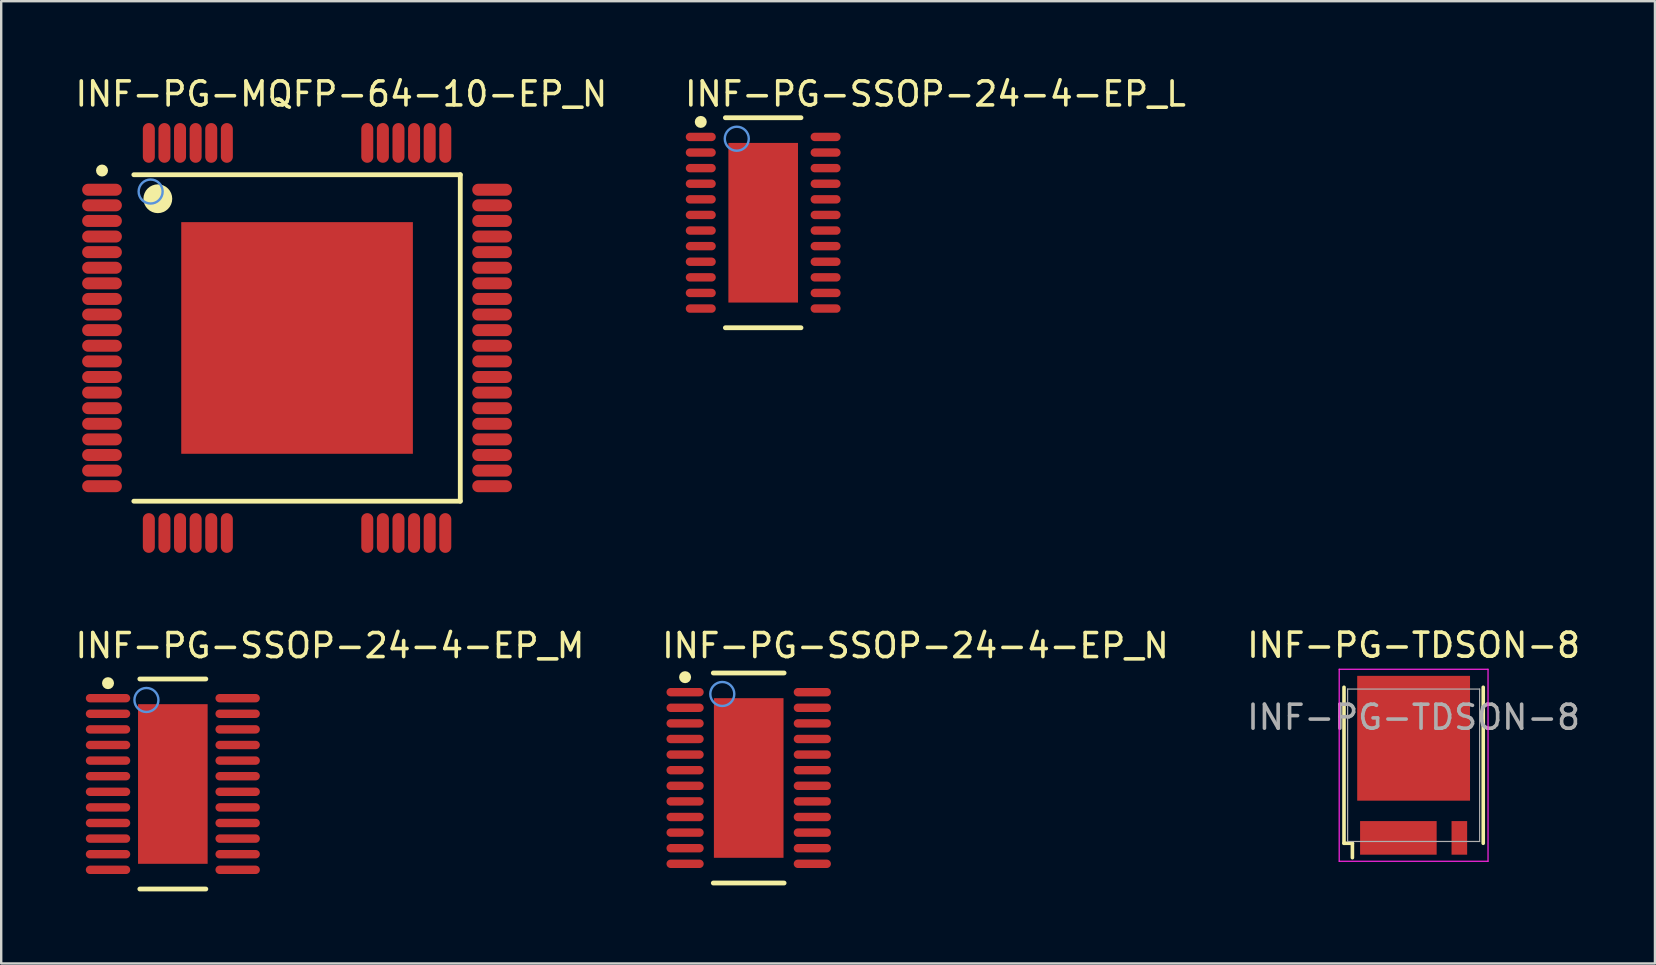
<source format=kicad_pcb>
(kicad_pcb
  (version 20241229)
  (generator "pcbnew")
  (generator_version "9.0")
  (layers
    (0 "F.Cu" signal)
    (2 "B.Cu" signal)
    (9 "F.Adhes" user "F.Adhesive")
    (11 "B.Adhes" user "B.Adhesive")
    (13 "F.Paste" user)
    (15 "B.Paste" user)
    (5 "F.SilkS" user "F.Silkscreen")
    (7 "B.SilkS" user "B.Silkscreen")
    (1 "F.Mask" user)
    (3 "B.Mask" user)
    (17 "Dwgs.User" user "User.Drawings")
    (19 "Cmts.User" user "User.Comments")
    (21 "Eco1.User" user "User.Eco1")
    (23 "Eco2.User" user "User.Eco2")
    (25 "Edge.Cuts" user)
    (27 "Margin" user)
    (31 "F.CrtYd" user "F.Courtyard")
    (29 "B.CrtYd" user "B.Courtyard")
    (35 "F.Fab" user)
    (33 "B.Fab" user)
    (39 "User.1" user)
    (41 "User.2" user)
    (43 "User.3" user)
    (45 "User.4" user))
  (footprint "INF-PG-SSOP-24-4-EP_L"
    (layer "F.Cu")
    (at 28.743 6.229)
    (property "Reference" "INF-PG-SSOP-24-4-EP_L" (at -3.35 -4.779 0) (layer "F.SilkS") (effects (font (size 1 1) (thickness 0.15)) (justify left bottom)))
    (attr through_hole)
    (fp_line (start -1.575 -4.375) (end 1.575 -4.375) (stroke (width 0.2) (type solid)) (layer "F.SilkS"))
    (fp_line (start -1.575 4.375) (end 1.575 4.375) (stroke (width 0.2) (type solid)) (layer "F.SilkS"))
    (fp_circle (center -2.6 -4.2) (end -2.475 -4.2) (stroke (width 0.25) (type solid)) (fill no) (layer "F.SilkS"))
    (fp_circle (center -1.1 -3.5) (end -0.6 -3.5) (stroke (width 0.1) (type solid)) (fill no) (layer "Cmts.User"))
    (pad "1" smd oval (at -2.6 -3.575 90) (size 0.35 1.25) (layers "F.Cu" "F.Mask" "F.Paste"))
    (pad "2" smd oval (at -2.6 -2.925 90) (size 0.35 1.25) (layers "F.Cu" "F.Mask" "F.Paste"))
    (pad "3" smd oval (at -2.6 -2.275 90) (size 0.35 1.25) (layers "F.Cu" "F.Mask" "F.Paste"))
    (pad "4" smd oval (at -2.6 -1.625 90) (size 0.35 1.25) (layers "F.Cu" "F.Mask" "F.Paste"))
    (pad "5" smd oval (at -2.6 -0.975 90) (size 0.35 1.25) (layers "F.Cu" "F.Mask" "F.Paste"))
    (pad "6" smd oval (at -2.6 -0.325 90) (size 0.35 1.25) (layers "F.Cu" "F.Mask" "F.Paste"))
    (pad "7" smd oval (at -2.6 0.325 90) (size 0.35 1.25) (layers "F.Cu" "F.Mask" "F.Paste"))
    (pad "8" smd oval (at -2.6 0.975 90) (size 0.35 1.25) (layers "F.Cu" "F.Mask" "F.Paste"))
    (pad "9" smd oval (at -2.6 1.625 90) (size 0.35 1.25) (layers "F.Cu" "F.Mask" "F.Paste"))
    (pad "10" smd oval (at -2.6 2.275 90) (size 0.35 1.25) (layers "F.Cu" "F.Mask" "F.Paste"))
    (pad "11" smd oval (at -2.6 2.925 90) (size 0.35 1.25) (layers "F.Cu" "F.Mask" "F.Paste"))
    (pad "12" smd oval (at -2.6 3.575 90) (size 0.35 1.25) (layers "F.Cu" "F.Mask" "F.Paste"))
    (pad "13" smd oval (at 2.6 3.575 90) (size 0.35 1.25) (layers "F.Cu" "F.Mask" "F.Paste"))
    (pad "14" smd oval (at 2.6 2.925 90) (size 0.35 1.25) (layers "F.Cu" "F.Mask" "F.Paste"))
    (pad "15" smd oval (at 2.6 2.275 90) (size 0.35 1.25) (layers "F.Cu" "F.Mask" "F.Paste"))
    (pad "16" smd oval (at 2.6 1.625 90) (size 0.35 1.25) (layers "F.Cu" "F.Mask" "F.Paste"))
    (pad "17" smd oval (at 2.6 0.975 90) (size 0.35 1.25) (layers "F.Cu" "F.Mask" "F.Paste"))
    (pad "18" smd oval (at 2.6 0.325 90) (size 0.35 1.25) (layers "F.Cu" "F.Mask" "F.Paste"))
    (pad "19" smd oval (at 2.6 -0.325 90) (size 0.35 1.25) (layers "F.Cu" "F.Mask" "F.Paste"))
    (pad "20" smd oval (at 2.6 -0.975 90) (size 0.35 1.25) (layers "F.Cu" "F.Mask" "F.Paste"))
    (pad "21" smd oval (at 2.6 -1.625 90) (size 0.35 1.25) (layers "F.Cu" "F.Mask" "F.Paste"))
    (pad "22" smd oval (at 2.6 -2.275 90) (size 0.35 1.25) (layers "F.Cu" "F.Mask" "F.Paste"))
    (pad "23" smd oval (at 2.6 -2.925 90) (size 0.35 1.25) (layers "F.Cu" "F.Mask" "F.Paste"))
    (pad "24" smd oval (at 2.6 -3.575 90) (size 0.35 1.25) (layers "F.Cu" "F.Mask" "F.Paste"))
    (pad "25" smd rect (at 0 0) (size 2.9 6.65) (layers "F.Cu" "F.Mask" "F.Paste")))
  (footprint "INF-PG-TDSON-8"
    (layer "F.Cu")
    (at 55.839 28.83)
    (property "Reference" "INF-PG-TDSON-8" (at 0 -5 0) (layer "F.SilkS") (effects (font (size 1 1) (thickness 0.15))))
    (attr through_hole)
    (fp_line (start -2.9 -3.25) (end -2.9 3.25) (stroke (width 0.15) (type solid)) (layer "F.SilkS"))
    (fp_line (start -2.9 3.25) (end -2.55 3.25) (stroke (width 0.15) (type solid)) (layer "F.SilkS"))
    (fp_line (start -2.55 3.25) (end -2.55 3.85) (stroke (width 0.15) (type solid)) (layer "F.SilkS"))
    (fp_line (start 2.9 3.25) (end 2.9 -3.25) (stroke (width 0.15) (type solid)) (layer "F.SilkS"))
    (fp_line (start -3.1 -4) (end -3.1 4) (stroke (width 0.05) (type solid)) (layer "F.CrtYd"))
    (fp_line (start -3.1 4) (end 3.1 4) (stroke (width 0.05) (type solid)) (layer "F.CrtYd"))
    (fp_line (start 3.1 -4) (end -3.1 -4) (stroke (width 0.05) (type solid)) (layer "F.CrtYd"))
    (fp_line (start 3.1 4) (end 3.1 -4) (stroke (width 0.05) (type solid)) (layer "F.CrtYd"))
    (fp_line (start -2.75 -3.175) (end -2.75 3.175) (stroke (width 0.05) (type solid)) (layer "F.Fab"))
    (fp_line (start -2.75 -3.175) (end 2.75 -3.175) (stroke (width 0.05) (type solid)) (layer "F.Fab"))
    (fp_line (start -2.75 3.175) (end 2.75 3.175) (stroke (width 0.05) (type solid)) (layer "F.Fab"))
    (fp_line (start 2.75 3.175) (end 2.75 -3.175) (stroke (width 0.05) (type solid)) (layer "F.Fab"))
    (fp_text user "${REFERENCE}" (at 0 -2 0) (layer "F.Fab") (effects (font (size 1 1) (thickness 0.15))))
    (pad "1" smd rect (at 1.905 3.025) (size 0.65 1.4) (layers "F.Cu" "F.Mask" "F.Paste"))
    (pad "2" smd rect (at -0.635 3.025) (size 3.19 1.4) (layers "F.Cu" "F.Mask" "F.Paste"))
    (pad "3" smd rect (at 0 -1.125) (size 4.7 5.2) (layers "F.Cu" "F.Mask" "F.Paste")))
  (footprint "INF-PG-SSOP-24-4-EP_M"
    (layer "F.Cu")
    (at 4.15 29.61)
    (property "Reference" "INF-PG-SSOP-24-4-EP_M" (at -4.15 -5.179 0) (layer "F.SilkS") (effects (font (size 1 1) (thickness 0.15)) (justify left bottom)))
    (attr through_hole)
    (fp_line (start -1.375 -4.375) (end 1.375 -4.375) (stroke (width 0.2) (type solid)) (layer "F.SilkS"))
    (fp_line (start -1.375 4.375) (end 1.375 4.375) (stroke (width 0.2) (type solid)) (layer "F.SilkS"))
    (fp_circle (center -2.7 -4.2) (end -2.575 -4.2) (stroke (width 0.25) (type solid)) (fill no) (layer "F.SilkS"))
    (fp_circle (center -1.1 -3.5) (end -0.6 -3.5) (stroke (width 0.1) (type solid)) (fill no) (layer "Cmts.User"))
    (pad "1" smd oval (at -2.7 -3.575 90) (size 0.35 1.85) (layers "F.Cu" "F.Mask" "F.Paste"))
    (pad "2" smd oval (at -2.7 -2.925 90) (size 0.35 1.85) (layers "F.Cu" "F.Mask" "F.Paste"))
    (pad "3" smd oval (at -2.7 -2.275 90) (size 0.35 1.85) (layers "F.Cu" "F.Mask" "F.Paste"))
    (pad "4" smd oval (at -2.7 -1.625 90) (size 0.35 1.85) (layers "F.Cu" "F.Mask" "F.Paste"))
    (pad "5" smd oval (at -2.7 -0.975 90) (size 0.35 1.85) (layers "F.Cu" "F.Mask" "F.Paste"))
    (pad "6" smd oval (at -2.7 -0.325 90) (size 0.35 1.85) (layers "F.Cu" "F.Mask" "F.Paste"))
    (pad "7" smd oval (at -2.7 0.325 90) (size 0.35 1.85) (layers "F.Cu" "F.Mask" "F.Paste"))
    (pad "8" smd oval (at -2.7 0.975 90) (size 0.35 1.85) (layers "F.Cu" "F.Mask" "F.Paste"))
    (pad "9" smd oval (at -2.7 1.625 90) (size 0.35 1.85) (layers "F.Cu" "F.Mask" "F.Paste"))
    (pad "10" smd oval (at -2.7 2.275 90) (size 0.35 1.85) (layers "F.Cu" "F.Mask" "F.Paste"))
    (pad "11" smd oval (at -2.7 2.925 90) (size 0.35 1.85) (layers "F.Cu" "F.Mask" "F.Paste"))
    (pad "12" smd oval (at -2.7 3.575 90) (size 0.35 1.85) (layers "F.Cu" "F.Mask" "F.Paste"))
    (pad "13" smd oval (at 2.7 3.575 90) (size 0.35 1.85) (layers "F.Cu" "F.Mask" "F.Paste"))
    (pad "14" smd oval (at 2.7 2.925 90) (size 0.35 1.85) (layers "F.Cu" "F.Mask" "F.Paste"))
    (pad "15" smd oval (at 2.7 2.275 90) (size 0.35 1.85) (layers "F.Cu" "F.Mask" "F.Paste"))
    (pad "16" smd oval (at 2.7 1.625 90) (size 0.35 1.85) (layers "F.Cu" "F.Mask" "F.Paste"))
    (pad "17" smd oval (at 2.7 0.975 90) (size 0.35 1.85) (layers "F.Cu" "F.Mask" "F.Paste"))
    (pad "18" smd oval (at 2.7 0.325 90) (size 0.35 1.85) (layers "F.Cu" "F.Mask" "F.Paste"))
    (pad "19" smd oval (at 2.7 -0.325 90) (size 0.35 1.85) (layers "F.Cu" "F.Mask" "F.Paste"))
    (pad "20" smd oval (at 2.7 -0.975 90) (size 0.35 1.85) (layers "F.Cu" "F.Mask" "F.Paste"))
    (pad "21" smd oval (at 2.7 -1.625 90) (size 0.35 1.85) (layers "F.Cu" "F.Mask" "F.Paste"))
    (pad "22" smd oval (at 2.7 -2.275 90) (size 0.35 1.85) (layers "F.Cu" "F.Mask" "F.Paste"))
    (pad "23" smd oval (at 2.7 -2.925 90) (size 0.35 1.85) (layers "F.Cu" "F.Mask" "F.Paste"))
    (pad "24" smd oval (at 2.7 -3.575 90) (size 0.35 1.85) (layers "F.Cu" "F.Mask" "F.Paste"))
    (pad "25" smd rect (at 0 0) (size 2.9 6.65) (layers "F.Cu" "F.Mask" "F.Paste")))
  (footprint "INF-PG-MQFP-64-10-EP_N"
    (layer "F.Cu")
    (at 9.325 11.029)
    (property "Reference" "INF-PG-MQFP-64-10-EP_N" (at -9.325 -9.579 0) (layer "F.SilkS") (effects (font (size 1 1) (thickness 0.15)) (justify left bottom)))
    (attr through_hole)
    (fp_line (start -6.8 -6.8) (end 6.8 -6.8) (stroke (width 0.2) (type solid)) (layer "F.SilkS"))
    (fp_line (start -6.8 6.8) (end 6.8 6.8) (stroke (width 0.2) (type solid)) (layer "F.SilkS"))
    (fp_line (start 6.8 6.8) (end 6.8 -6.8) (stroke (width 0.2) (type solid)) (layer "F.SilkS"))
    (fp_circle (center -8.125 -6.975) (end -8 -6.975) (stroke (width 0.25) (type solid)) (fill no) (layer "F.SilkS"))
    (fp_circle (center -5.8 -5.8) (end -5.5 -5.8) (stroke (width 0.6) (type solid)) (fill no) (layer "F.SilkS"))
    (fp_circle (center -6.1 -6.1) (end -5.6 -6.1) (stroke (width 0.1) (type solid)) (fill no) (layer "Cmts.User"))
    (pad "1" smd oval (at -8.125 -6.175 90) (size 0.5 1.655) (layers "F.Cu" "F.Mask" "F.Paste"))
    (pad "2" smd oval (at -8.125 -5.525 90) (size 0.5 1.655) (layers "F.Cu" "F.Mask" "F.Paste"))
    (pad "3" smd oval (at -8.125 -4.875 90) (size 0.5 1.655) (layers "F.Cu" "F.Mask" "F.Paste"))
    (pad "4" smd oval (at -8.125 -4.225 90) (size 0.5 1.655) (layers "F.Cu" "F.Mask" "F.Paste"))
    (pad "5" smd oval (at -8.125 -3.575 90) (size 0.5 1.655) (layers "F.Cu" "F.Mask" "F.Paste"))
    (pad "6" smd oval (at -8.125 -2.925 90) (size 0.5 1.655) (layers "F.Cu" "F.Mask" "F.Paste"))
    (pad "7" smd oval (at -8.125 -2.275 90) (size 0.5 1.655) (layers "F.Cu" "F.Mask" "F.Paste"))
    (pad "8" smd oval (at -8.125 -1.625 90) (size 0.5 1.655) (layers "F.Cu" "F.Mask" "F.Paste"))
    (pad "9" smd oval (at -8.125 -0.975 90) (size 0.5 1.655) (layers "F.Cu" "F.Mask" "F.Paste"))
    (pad "10" smd oval (at -8.125 -0.325 90) (size 0.5 1.655) (layers "F.Cu" "F.Mask" "F.Paste"))
    (pad "11" smd oval (at -8.125 0.325 90) (size 0.5 1.655) (layers "F.Cu" "F.Mask" "F.Paste"))
    (pad "12" smd oval (at -8.125 0.975 90) (size 0.5 1.655) (layers "F.Cu" "F.Mask" "F.Paste"))
    (pad "13" smd oval (at -8.125 1.625 90) (size 0.5 1.655) (layers "F.Cu" "F.Mask" "F.Paste"))
    (pad "14" smd oval (at -8.125 2.275 90) (size 0.5 1.655) (layers "F.Cu" "F.Mask" "F.Paste"))
    (pad "15" smd oval (at -8.125 2.925 90) (size 0.5 1.655) (layers "F.Cu" "F.Mask" "F.Paste"))
    (pad "16" smd oval (at -8.125 3.575 90) (size 0.5 1.655) (layers "F.Cu" "F.Mask" "F.Paste"))
    (pad "17" smd oval (at -8.125 4.225 90) (size 0.5 1.655) (layers "F.Cu" "F.Mask" "F.Paste"))
    (pad "18" smd oval (at -8.125 4.875 90) (size 0.5 1.655) (layers "F.Cu" "F.Mask" "F.Paste"))
    (pad "19" smd oval (at -8.125 5.525 90) (size 0.5 1.655) (layers "F.Cu" "F.Mask" "F.Paste"))
    (pad "20" smd oval (at -8.125 6.175 90) (size 0.5 1.655) (layers "F.Cu" "F.Mask" "F.Paste"))
    (pad "21" smd oval (at -6.175 8.125) (size 0.5 1.655) (layers "F.Cu" "F.Mask" "F.Paste"))
    (pad "22" smd oval (at -5.525 8.125) (size 0.5 1.655) (layers "F.Cu" "F.Mask" "F.Paste"))
    (pad "23" smd oval (at -4.875 8.125) (size 0.5 1.655) (layers "F.Cu" "F.Mask" "F.Paste"))
    (pad "24" smd oval (at -4.225 8.125) (size 0.5 1.655) (layers "F.Cu" "F.Mask" "F.Paste"))
    (pad "25" smd oval (at -3.575 8.125) (size 0.5 1.655) (layers "F.Cu" "F.Mask" "F.Paste"))
    (pad "26" smd oval (at -2.925 8.125) (size 0.5 1.655) (layers "F.Cu" "F.Mask" "F.Paste"))
    (pad "27" smd oval (at 2.925 8.125) (size 0.5 1.655) (layers "F.Cu" "F.Mask" "F.Paste"))
    (pad "28" smd oval (at 3.575 8.125) (size 0.5 1.655) (layers "F.Cu" "F.Mask" "F.Paste"))
    (pad "29" smd oval (at 4.225 8.125) (size 0.5 1.655) (layers "F.Cu" "F.Mask" "F.Paste"))
    (pad "30" smd oval (at 4.875 8.125) (size 0.5 1.655) (layers "F.Cu" "F.Mask" "F.Paste"))
    (pad "31" smd oval (at 5.525 8.125) (size 0.5 1.655) (layers "F.Cu" "F.Mask" "F.Paste"))
    (pad "32" smd oval (at 6.175 8.125) (size 0.5 1.655) (layers "F.Cu" "F.Mask" "F.Paste"))
    (pad "33" smd oval (at 8.125 6.175 90) (size 0.5 1.655) (layers "F.Cu" "F.Mask" "F.Paste"))
    (pad "34" smd oval (at 8.125 5.525 90) (size 0.5 1.655) (layers "F.Cu" "F.Mask" "F.Paste"))
    (pad "35" smd oval (at 8.125 4.875 90) (size 0.5 1.655) (layers "F.Cu" "F.Mask" "F.Paste"))
    (pad "36" smd oval (at 8.125 4.225 90) (size 0.5 1.655) (layers "F.Cu" "F.Mask" "F.Paste"))
    (pad "37" smd oval (at 8.125 3.575 90) (size 0.5 1.655) (layers "F.Cu" "F.Mask" "F.Paste"))
    (pad "38" smd oval (at 8.125 2.925 90) (size 0.5 1.655) (layers "F.Cu" "F.Mask" "F.Paste"))
    (pad "39" smd oval (at 8.125 2.275 90) (size 0.5 1.655) (layers "F.Cu" "F.Mask" "F.Paste"))
    (pad "40" smd oval (at 8.125 1.625 90) (size 0.5 1.655) (layers "F.Cu" "F.Mask" "F.Paste"))
    (pad "41" smd oval (at 8.125 0.975 90) (size 0.5 1.655) (layers "F.Cu" "F.Mask" "F.Paste"))
    (pad "42" smd oval (at 8.125 0.325 90) (size 0.5 1.655) (layers "F.Cu" "F.Mask" "F.Paste"))
    (pad "43" smd oval (at 8.125 -0.325 90) (size 0.5 1.655) (layers "F.Cu" "F.Mask" "F.Paste"))
    (pad "44" smd oval (at 8.125 -0.975 90) (size 0.5 1.655) (layers "F.Cu" "F.Mask" "F.Paste"))
    (pad "45" smd oval (at 8.125 -1.625 90) (size 0.5 1.655) (layers "F.Cu" "F.Mask" "F.Paste"))
    (pad "46" smd oval (at 8.125 -2.275 90) (size 0.5 1.655) (layers "F.Cu" "F.Mask" "F.Paste"))
    (pad "47" smd oval (at 8.125 -2.925 90) (size 0.5 1.655) (layers "F.Cu" "F.Mask" "F.Paste"))
    (pad "48" smd oval (at 8.125 -3.575 90) (size 0.5 1.655) (layers "F.Cu" "F.Mask" "F.Paste"))
    (pad "49" smd oval (at 8.125 -4.225 90) (size 0.5 1.655) (layers "F.Cu" "F.Mask" "F.Paste"))
    (pad "50" smd oval (at 8.125 -4.875 90) (size 0.5 1.655) (layers "F.Cu" "F.Mask" "F.Paste"))
    (pad "51" smd oval (at 8.125 -5.525 90) (size 0.5 1.655) (layers "F.Cu" "F.Mask" "F.Paste"))
    (pad "52" smd oval (at 8.125 -6.175 90) (size 0.5 1.655) (layers "F.Cu" "F.Mask" "F.Paste"))
    (pad "53" smd oval (at 6.175 -8.125) (size 0.5 1.655) (layers "F.Cu" "F.Mask" "F.Paste"))
    (pad "54" smd oval (at 5.525 -8.125) (size 0.5 1.655) (layers "F.Cu" "F.Mask" "F.Paste"))
    (pad "55" smd oval (at 4.875 -8.125) (size 0.5 1.655) (layers "F.Cu" "F.Mask" "F.Paste"))
    (pad "56" smd oval (at 4.225 -8.125) (size 0.5 1.655) (layers "F.Cu" "F.Mask" "F.Paste"))
    (pad "57" smd oval (at 3.575 -8.125) (size 0.5 1.655) (layers "F.Cu" "F.Mask" "F.Paste"))
    (pad "58" smd oval (at 2.925 -8.125) (size 0.5 1.655) (layers "F.Cu" "F.Mask" "F.Paste"))
    (pad "59" smd oval (at -2.925 -8.125) (size 0.5 1.655) (layers "F.Cu" "F.Mask" "F.Paste"))
    (pad "60" smd oval (at -3.575 -8.125) (size 0.5 1.655) (layers "F.Cu" "F.Mask" "F.Paste"))
    (pad "61" smd oval (at -4.225 -8.125) (size 0.5 1.655) (layers "F.Cu" "F.Mask" "F.Paste"))
    (pad "62" smd oval (at -4.875 -8.125) (size 0.5 1.655) (layers "F.Cu" "F.Mask" "F.Paste"))
    (pad "63" smd oval (at -5.525 -8.125) (size 0.5 1.655) (layers "F.Cu" "F.Mask" "F.Paste"))
    (pad "64" smd oval (at -6.175 -8.125) (size 0.5 1.655) (layers "F.Cu" "F.Mask" "F.Paste"))
    (pad "65" smd rect (at 0 0) (size 9.65 9.65) (layers "F.Cu" "F.Mask" "F.Paste")))
  (footprint "INF-PG-SSOP-24-4-EP_N"
    (layer "F.Cu")
    (at 28.14 29.36)
    (property "Reference" "INF-PG-SSOP-24-4-EP_N" (at -3.7 -4.929 0) (layer "F.SilkS") (effects (font (size 1 1) (thickness 0.15)) (justify left bottom)))
    (attr through_hole)
    (fp_line (start -1.475 -4.375) (end 1.475 -4.375) (stroke (width 0.2) (type solid)) (layer "F.SilkS"))
    (fp_line (start -1.475 4.375) (end 1.475 4.375) (stroke (width 0.2) (type solid)) (layer "F.SilkS"))
    (fp_circle (center -2.65 -4.2) (end -2.525 -4.2) (stroke (width 0.25) (type solid)) (fill no) (layer "F.SilkS"))
    (fp_circle (center -1.1 -3.5) (end -0.6 -3.5) (stroke (width 0.1) (type solid)) (fill no) (layer "Cmts.User"))
    (pad "1" smd oval (at -2.65 -3.575 90) (size 0.35 1.55) (layers "F.Cu" "F.Mask" "F.Paste"))
    (pad "2" smd oval (at -2.65 -2.925 90) (size 0.35 1.55) (layers "F.Cu" "F.Mask" "F.Paste"))
    (pad "3" smd oval (at -2.65 -2.275 90) (size 0.35 1.55) (layers "F.Cu" "F.Mask" "F.Paste"))
    (pad "4" smd oval (at -2.65 -1.625 90) (size 0.35 1.55) (layers "F.Cu" "F.Mask" "F.Paste"))
    (pad "5" smd oval (at -2.65 -0.975 90) (size 0.35 1.55) (layers "F.Cu" "F.Mask" "F.Paste"))
    (pad "6" smd oval (at -2.65 -0.325 90) (size 0.35 1.55) (layers "F.Cu" "F.Mask" "F.Paste"))
    (pad "7" smd oval (at -2.65 0.325 90) (size 0.35 1.55) (layers "F.Cu" "F.Mask" "F.Paste"))
    (pad "8" smd oval (at -2.65 0.975 90) (size 0.35 1.55) (layers "F.Cu" "F.Mask" "F.Paste"))
    (pad "9" smd oval (at -2.65 1.625 90) (size 0.35 1.55) (layers "F.Cu" "F.Mask" "F.Paste"))
    (pad "10" smd oval (at -2.65 2.275 90) (size 0.35 1.55) (layers "F.Cu" "F.Mask" "F.Paste"))
    (pad "11" smd oval (at -2.65 2.925 90) (size 0.35 1.55) (layers "F.Cu" "F.Mask" "F.Paste"))
    (pad "12" smd oval (at -2.65 3.575 90) (size 0.35 1.55) (layers "F.Cu" "F.Mask" "F.Paste"))
    (pad "13" smd oval (at 2.65 3.575 90) (size 0.35 1.55) (layers "F.Cu" "F.Mask" "F.Paste"))
    (pad "14" smd oval (at 2.65 2.925 90) (size 0.35 1.55) (layers "F.Cu" "F.Mask" "F.Paste"))
    (pad "15" smd oval (at 2.65 2.275 90) (size 0.35 1.55) (layers "F.Cu" "F.Mask" "F.Paste"))
    (pad "16" smd oval (at 2.65 1.625 90) (size 0.35 1.55) (layers "F.Cu" "F.Mask" "F.Paste"))
    (pad "17" smd oval (at 2.65 0.975 90) (size 0.35 1.55) (layers "F.Cu" "F.Mask" "F.Paste"))
    (pad "18" smd oval (at 2.65 0.325 90) (size 0.35 1.55) (layers "F.Cu" "F.Mask" "F.Paste"))
    (pad "19" smd oval (at 2.65 -0.325 90) (size 0.35 1.55) (layers "F.Cu" "F.Mask" "F.Paste"))
    (pad "20" smd oval (at 2.65 -0.975 90) (size 0.35 1.55) (layers "F.Cu" "F.Mask" "F.Paste"))
    (pad "21" smd oval (at 2.65 -1.625 90) (size 0.35 1.55) (layers "F.Cu" "F.Mask" "F.Paste"))
    (pad "22" smd oval (at 2.65 -2.275 90) (size 0.35 1.55) (layers "F.Cu" "F.Mask" "F.Paste"))
    (pad "23" smd oval (at 2.65 -2.925 90) (size 0.35 1.55) (layers "F.Cu" "F.Mask" "F.Paste"))
    (pad "24" smd oval (at 2.65 -3.575 90) (size 0.35 1.55) (layers "F.Cu" "F.Mask" "F.Paste"))
    (pad "25" smd rect (at 0 0) (size 2.9 6.65) (layers "F.Cu" "F.Mask" "F.Paste")))
  (gr_rect
    (start -3 -3)
    (end 65.893 37.086)
    (stroke (width 0.1) (type default))
    (fill no)
    (layer "Edge.Cuts")))
</source>
